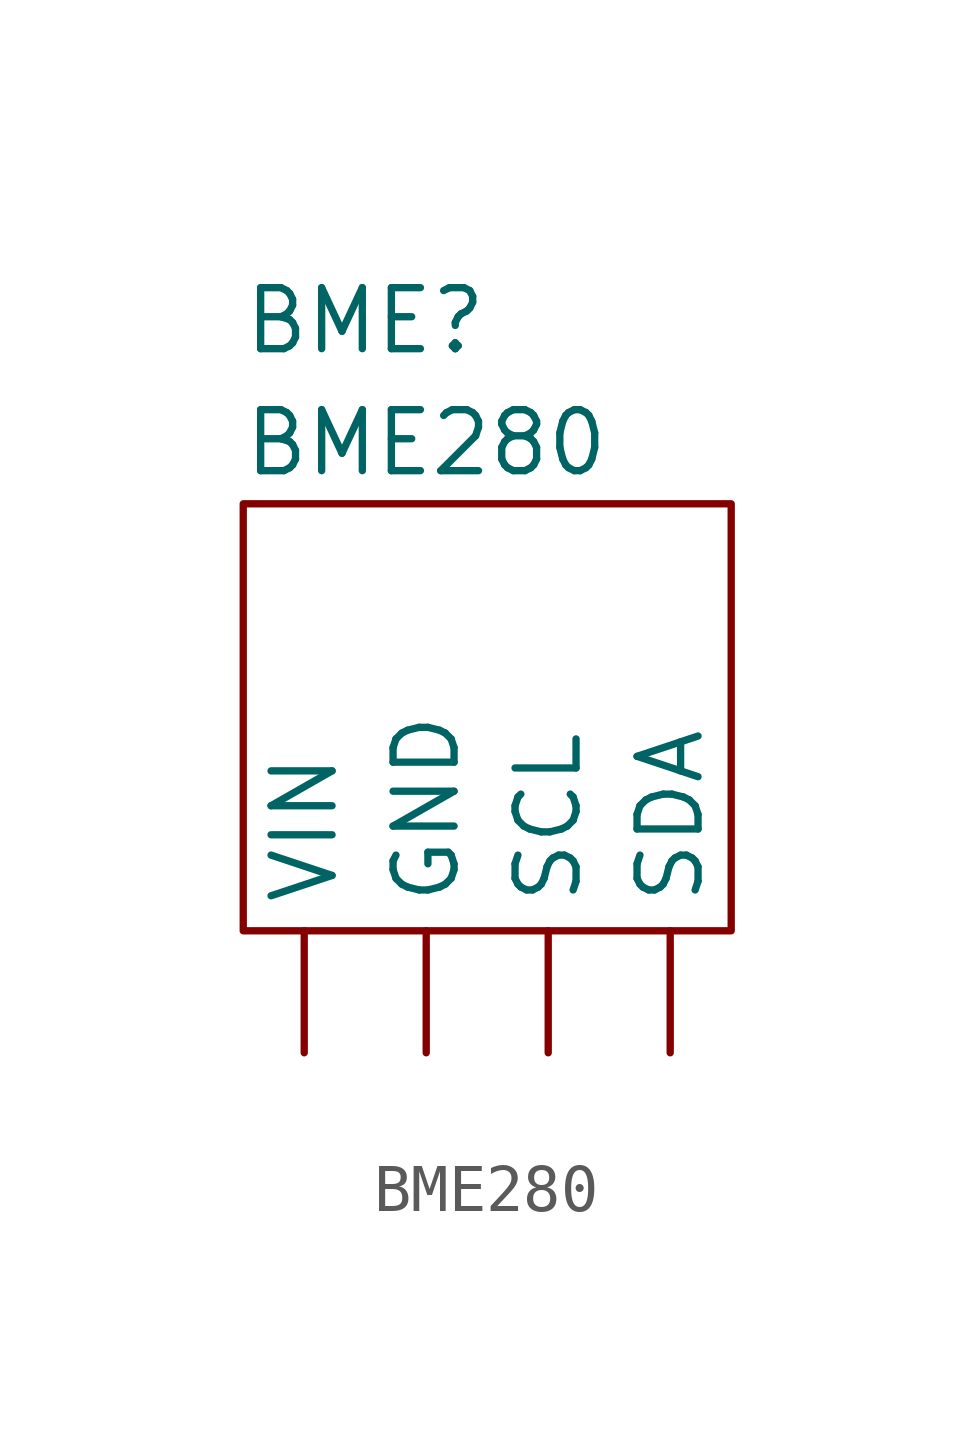
<source format=kicad_sym>
(kicad_symbol_lib
  (version 20211014)
  (generator kicad_symbol_editor)
  (symbol "BME280"
    (property "Reference" "BME"
      (at 2.54 2.54 0)
      (effects (font (size 1.27 1.27))))
    (property "Value" "BME280"
      (at 3.81 0 0)
      (effects (font (size 1.27 1.27))))
    (symbol "BME280_0_1"
      (rectangle (start 0 -1.27) (end 10.16 -10.16) (stroke (width 0) (type default) (color 0 0 0 0)) (fill (type none))))
    (symbol "BME280_1_1"
      (pin output line (at 3.81 -12.7 90) (length 2.54) (name "GND" (effects (font (size 1.27 1.27)))) (number "" (effects (font (size 1.27 1.27)))))
      (pin input line (at 6.35 -12.7 90) (length 2.54) (name "SCL" (effects (font (size 1.27 1.27)))) (number "" (effects (font (size 1.27 1.27)))))
      (pin bidirectional line (at 8.89 -12.7 90) (length 2.54) (name "SDA" (effects (font (size 1.27 1.27)))) (number "" (effects (font (size 1.27 1.27)))))
      (pin input line (at 1.27 -12.7 90) (length 2.54) (name "VIN" (effects (font (size 1.27 1.27)))) (number "" (effects (font (size 1.27 1.27))))))))
</source>
